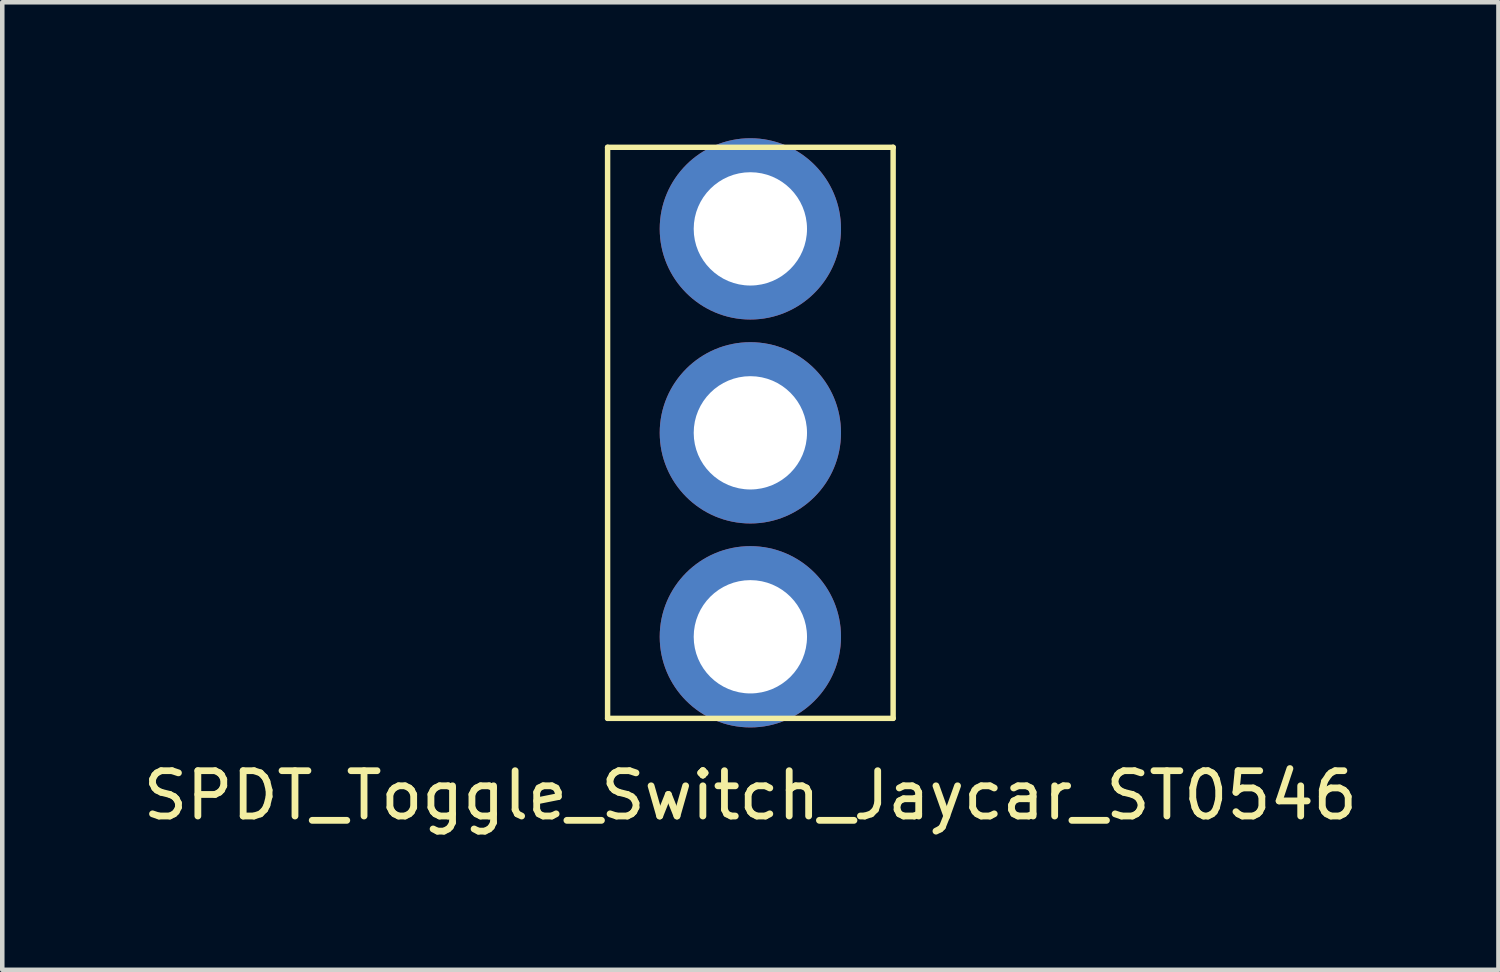
<source format=kicad_pcb>
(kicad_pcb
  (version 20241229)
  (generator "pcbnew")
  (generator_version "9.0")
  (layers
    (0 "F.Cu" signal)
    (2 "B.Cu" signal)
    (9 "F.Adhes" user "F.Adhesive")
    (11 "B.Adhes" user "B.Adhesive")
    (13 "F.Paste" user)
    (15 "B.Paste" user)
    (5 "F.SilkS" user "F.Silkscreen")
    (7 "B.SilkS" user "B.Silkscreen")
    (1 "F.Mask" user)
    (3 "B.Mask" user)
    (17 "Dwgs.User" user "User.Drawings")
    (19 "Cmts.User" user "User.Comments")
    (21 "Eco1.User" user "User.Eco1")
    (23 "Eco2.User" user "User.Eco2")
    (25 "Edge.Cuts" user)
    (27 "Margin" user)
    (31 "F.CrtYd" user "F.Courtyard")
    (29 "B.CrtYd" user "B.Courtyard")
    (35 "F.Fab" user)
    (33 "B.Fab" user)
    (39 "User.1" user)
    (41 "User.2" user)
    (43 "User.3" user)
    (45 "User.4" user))
  (footprint "SPDT_Toggle_Switch_Jaycar_ST0546"
    (layer "F.Cu")
    (at 13.506 6.5)
    (property "Reference" "SPDT_Toggle_Switch_Jaycar_ST0546" (at 0 8 0) (layer "F.SilkS") (effects (font (size 1 1) (thickness 0.15))))
    (attr through_hole)
    (fp_line (start -3.15 -6.3) (end 3.15 -6.3) (stroke (width 0.12) (type solid)) (layer "F.SilkS"))
    (fp_line (start -3.15 6.3) (end -3.15 -6.3) (stroke (width 0.12) (type solid)) (layer "F.SilkS"))
    (fp_line (start 3.15 -6.3) (end 3.15 6.3) (stroke (width 0.12) (type solid)) (layer "F.SilkS"))
    (fp_line (start 3.15 6.3) (end -3.15 6.3) (stroke (width 0.12) (type solid)) (layer "F.SilkS"))
    (pad "1" thru_hole circle (at 0 -4.5) (size 4 4) (drill 2.5) (layers "*.Cu" "*.Mask"))
    (pad "2" thru_hole circle (at 0 0) (size 4 4) (drill 2.5) (layers "*.Cu" "*.Mask"))
    (pad "3" thru_hole circle (at 0 4.5) (size 4 4) (drill 2.5) (layers "*.Cu" "*.Mask")))
  (gr_rect
    (start -3 -3)
    (end 30.012 18.348)
    (stroke (width 0.1) (type default))
    (fill no)
    (layer "Edge.Cuts")))
</source>
